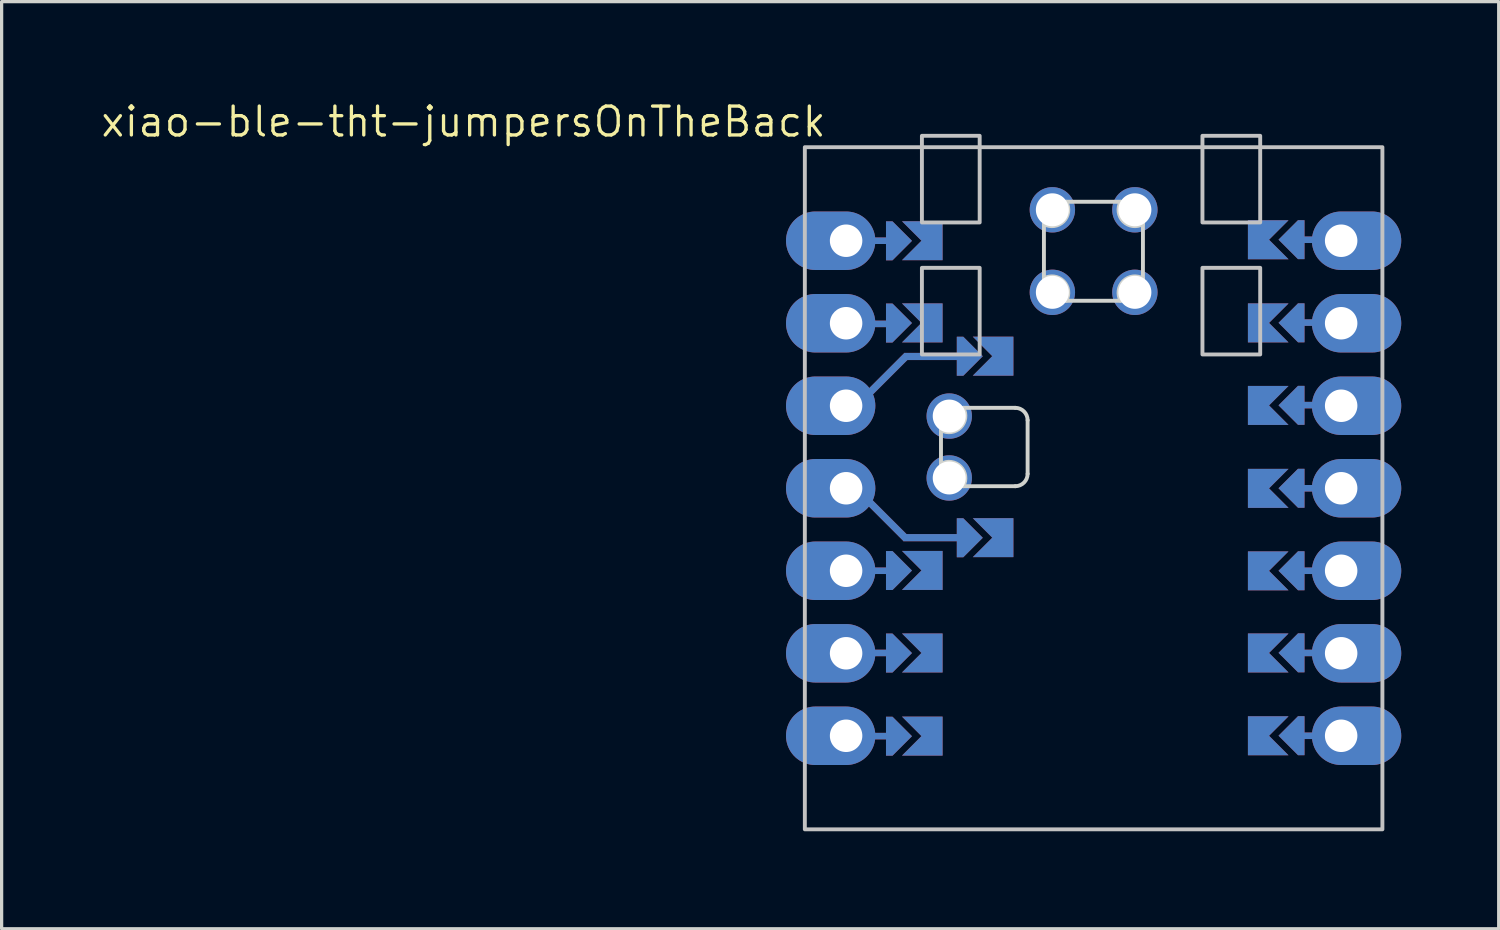
<source format=kicad_pcb>
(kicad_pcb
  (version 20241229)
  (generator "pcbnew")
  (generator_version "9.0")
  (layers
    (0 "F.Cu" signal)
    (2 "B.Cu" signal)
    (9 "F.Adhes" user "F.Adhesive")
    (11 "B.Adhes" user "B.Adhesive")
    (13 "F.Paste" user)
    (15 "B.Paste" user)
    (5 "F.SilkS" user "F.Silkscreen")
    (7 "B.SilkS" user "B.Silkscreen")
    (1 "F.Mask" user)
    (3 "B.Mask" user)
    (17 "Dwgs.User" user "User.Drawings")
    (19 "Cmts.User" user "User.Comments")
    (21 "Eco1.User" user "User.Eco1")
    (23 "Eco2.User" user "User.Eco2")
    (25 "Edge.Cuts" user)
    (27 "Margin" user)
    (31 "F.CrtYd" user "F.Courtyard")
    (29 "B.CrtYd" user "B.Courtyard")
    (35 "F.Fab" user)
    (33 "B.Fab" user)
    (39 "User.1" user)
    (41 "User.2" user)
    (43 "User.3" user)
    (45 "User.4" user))
  (footprint "xiao-ble-tht-jumpersOnTheBack"
    (layer "F.Cu")
    (at 30.617 11.981)
    (property "Reference" "xiao-ble-tht-jumpersOnTheBack" (at -19.399 -11.283 0) (layer "F.SilkS") (effects (font (size 0.889 0.889) (thickness 0.102))))
    (attr smd)
    (fp_rect (start -8.89 10.5) (end 8.89 -10.5) (stroke (width 0.12) (type solid)) (fill no) (layer "Dwgs.User"))
    (fp_rect (start -5.286 -6.786) (end -3.508 -4.119) (stroke (width 0.12) (type solid)) (fill no) (layer "Dwgs.User"))
    (fp_rect (start -3.508 -8.183) (end -5.286 -10.85) (stroke (width 0.12) (type solid)) (fill no) (layer "Dwgs.User"))
    (fp_rect (start 3.35 -10.85) (end 5.128 -8.183) (stroke (width 0.12) (type solid)) (fill no) (layer "Dwgs.User"))
    (fp_rect (start 3.35 -6.786) (end 5.128 -4.119) (stroke (width 0.12) (type solid)) (fill no) (layer "Dwgs.User"))
    (fp_line (start -4.699 -0.749) (end -4.699 -1.79) (stroke (width 0.12) (type solid)) (layer "Edge.Cuts"))
    (fp_line (start -4.013 -2.476) (end -2.413 -2.476) (stroke (width 0.12) (type solid)) (layer "Edge.Cuts"))
    (fp_line (start -2.413 -0.063) (end -4.013 -0.063) (stroke (width 0.12) (type solid)) (layer "Edge.Cuts"))
    (fp_line (start -2.032 -2.095) (end -2.032 -0.444) (stroke (width 0.12) (type solid)) (layer "Edge.Cuts"))
    (fp_line (start -1.53 -6.458) (end -1.53 -8.134) (stroke (width 0.12) (type solid)) (layer "Edge.Cuts"))
    (fp_line (start -0.844 -8.82) (end 0.832 -8.82) (stroke (width 0.12) (type solid)) (layer "Edge.Cuts"))
    (fp_line (start -0.844 -5.772) (end 0.832 -5.772) (stroke (width 0.12) (type solid)) (layer "Edge.Cuts"))
    (fp_line (start 1.518 -6.458) (end 1.518 -8.134) (stroke (width 0.12) (type solid)) (layer "Edge.Cuts"))
    (fp_arc (start -4.699 -0.7488) (mid -4.095391 -0.666609) (end -4.0132 -0.063) (stroke (width 0.12) (type solid)) (layer "Edge.Cuts"))
    (fp_arc (start -4.0132 -2.476) (mid -4.095391 -1.872391) (end -4.699 -1.7902) (stroke (width 0.12) (type solid)) (layer "Edge.Cuts"))
    (fp_arc (start -2.413 -2.476) (mid -2.143591 -2.364409) (end -2.032 -2.095) (stroke (width 0.12) (type solid)) (layer "Edge.Cuts"))
    (fp_arc (start -2.032 -0.444) (mid -2.143592 -0.174592) (end -2.413 -0.063) (stroke (width 0.12) (type solid)) (layer "Edge.Cuts"))
    (fp_arc (start -1.53025 -6.45755) (mid -0.926641 -6.375359) (end -0.84445 -5.77175) (stroke (width 0.12) (type solid)) (layer "Edge.Cuts"))
    (fp_arc (start -0.84445 -8.81975) (mid -0.926641 -8.216141) (end -1.53025 -8.13395) (stroke (width 0.12) (type solid)) (layer "Edge.Cuts"))
    (fp_arc (start 0.83195 -5.77175) (mid 0.914141 -6.375359) (end 1.51775 -6.45755) (stroke (width 0.12) (type solid)) (layer "Edge.Cuts"))
    (fp_arc (start 1.51775 -8.13395) (mid 0.914143 -8.216143) (end 0.83195 -8.81975) (stroke (width 0.12) (type solid)) (layer "Edge.Cuts"))
    (pad "" thru_hole oval (at -7.62 -7.62) (size 2.75 1.8) (drill 1 (offset -0.475 0)) (layers "*.Cu" "*.Mask"))
    (pad "" thru_hole oval (at -7.62 -5.08) (size 2.75 1.8) (drill 1 (offset -0.475 0)) (layers "*.Cu" "*.Mask"))
    (pad "" thru_hole oval (at -7.62 -2.54) (size 2.75 1.8) (drill 1 (offset -0.475 0)) (layers "*.Cu" "*.Mask"))
    (pad "" thru_hole oval (at -7.62 0) (size 2.75 1.8) (drill 1 (offset -0.475 0)) (layers "*.Cu" "*.Mask"))
    (pad "" thru_hole oval (at -7.62 2.54) (size 2.75 1.8) (drill 1 (offset -0.475 0)) (layers "*.Cu" "*.Mask"))
    (pad "" thru_hole oval (at -7.62 5.08) (size 2.75 1.8) (drill 1 (offset -0.475 0)) (layers "*.Cu" "*.Mask"))
    (pad "" thru_hole oval (at -7.62 7.62) (size 2.75 1.8) (drill 1 (offset -0.475 0)) (layers "*.Cu" "*.Mask"))
    (pad "" smd rect (at -6.69 -7.62) (size 1 0.2) (layers "F.Cu"))
    (pad "" smd rect (at -6.69 -7.62) (size 1 0.2) (layers "B.Cu"))
    (pad "" smd rect (at -6.69 -5.06) (size 1 0.2) (layers "F.Cu"))
    (pad "" smd rect (at -6.69 -5.06) (size 1 0.2) (layers "B.Cu"))
    (pad "" smd rect (at -6.69 2.54) (size 1 0.2) (layers "F.Cu"))
    (pad "" smd rect (at -6.69 2.54) (size 1 0.2) (layers "B.Cu"))
    (pad "" smd rect (at -6.69 5.07) (size 1 0.2) (layers "F.Cu"))
    (pad "" smd rect (at -6.69 5.07) (size 1 0.2) (layers "B.Cu"))
    (pad "" smd rect (at -6.69 7.63) (size 1 0.2) (layers "F.Cu"))
    (pad "" smd rect (at -6.69 7.63) (size 1 0.2) (layers "B.Cu"))
    (pad "" smd rect (at -6.405 0.921 315) (size 1.79 0.22) (layers "F.Cu"))
    (pad "" smd rect (at -6.405 0.921 315) (size 1.79 0.22) (layers "B.Cu"))
    (pad "" smd rect (at -6.38 -3.457 225) (size 1.79 0.22) (layers "F.Cu"))
    (pad "" smd rect (at -6.38 -3.457 225) (size 1.79 0.22) (layers "B.Cu"))
    (pad "" smd custom (at -5.992 -7.617 90) (size 0.1 0.1) (layers "F.Cu" "F.Mask") (options (anchor rect)) (primitives (gr_poly (pts (xy 0.6 -0.2) (xy 0 0.4) (xy -0.6 -0.2) (xy -0.6 -0.4) (xy 0.6 -0.4)) (width 0) (fill yes))))
    (pad "" smd custom (at -5.992 -7.617 90) (size 0.1 0.1) (layers "B.Cu" "B.Mask") (options (anchor rect)) (primitives (gr_poly (pts (xy 0.6 -0.2) (xy 0 0.4) (xy -0.6 -0.2) (xy -0.6 -0.4) (xy 0.6 -0.4)) (width 0) (fill yes))))
    (pad "" smd custom (at -5.992 -5.087 90) (size 0.1 0.1) (layers "F.Cu" "F.Mask") (options (anchor rect)) (primitives (gr_poly (pts (xy 0.6 -0.2) (xy 0 0.4) (xy -0.6 -0.2) (xy -0.6 -0.4) (xy 0.6 -0.4)) (width 0) (fill yes))))
    (pad "" smd custom (at -5.992 -5.087 90) (size 0.1 0.1) (layers "B.Cu" "B.Mask") (options (anchor rect)) (primitives (gr_poly (pts (xy 0.6 -0.2) (xy 0 0.4) (xy -0.6 -0.2) (xy -0.6 -0.4) (xy 0.6 -0.4)) (width 0) (fill yes))))
    (pad "" smd custom (at -5.992 2.533 90) (size 0.1 0.1) (layers "F.Cu" "F.Mask") (options (anchor rect)) (primitives (gr_poly (pts (xy 0.6 -0.2) (xy 0 0.4) (xy -0.6 -0.2) (xy -0.6 -0.4) (xy 0.6 -0.4)) (width 0) (fill yes))))
    (pad "" smd custom (at -5.992 2.533 90) (size 0.1 0.1) (layers "B.Cu" "B.Mask") (options (anchor rect)) (primitives (gr_poly (pts (xy 0.6 -0.2) (xy 0 0.4) (xy -0.6 -0.2) (xy -0.6 -0.4) (xy 0.6 -0.4)) (width 0) (fill yes))))
    (pad "" smd custom (at -5.992 5.073 90) (size 0.1 0.1) (layers "F.Cu" "F.Mask") (options (anchor rect)) (primitives (gr_poly (pts (xy 0.6 -0.2) (xy 0 0.4) (xy -0.6 -0.2) (xy -0.6 -0.4) (xy 0.6 -0.4)) (width 0) (fill yes))))
    (pad "" smd custom (at -5.992 5.073 90) (size 0.1 0.1) (layers "B.Cu" "B.Mask") (options (anchor rect)) (primitives (gr_poly (pts (xy 0.6 -0.2) (xy 0 0.4) (xy -0.6 -0.2) (xy -0.6 -0.4) (xy 0.6 -0.4)) (width 0) (fill yes))))
    (pad "" smd custom (at -5.992 7.633 90) (size 0.1 0.1) (layers "F.Cu" "F.Mask") (options (anchor rect)) (primitives (gr_poly (pts (xy 0.6 -0.2) (xy 0 0.4) (xy -0.6 -0.2) (xy -0.6 -0.4) (xy 0.6 -0.4)) (width 0) (fill yes))))
    (pad "" smd custom (at -5.992 7.633 90) (size 0.1 0.1) (layers "B.Cu" "B.Mask") (options (anchor rect)) (primitives (gr_poly (pts (xy 0.6 -0.2) (xy 0 0.4) (xy -0.6 -0.2) (xy -0.6 -0.4) (xy 0.6 -0.4)) (width 0) (fill yes))))
    (pad "" smd rect (at -4.93 1.521 180) (size 1.85 0.22) (layers "F.Cu"))
    (pad "" smd rect (at -4.93 1.521 180) (size 1.85 0.22) (layers "B.Cu"))
    (pad "" smd rect (at -4.905 -4.057) (size 1.85 0.22) (layers "F.Cu"))
    (pad "" smd rect (at -4.905 -4.057) (size 1.85 0.22) (layers "B.Cu"))
    (pad "" smd custom (at -3.812 -4.064 90) (size 0.1 0.1) (layers "F.Cu" "F.Mask") (options (anchor rect)) (primitives (gr_poly (pts (xy 0.6 -0.2) (xy 0 0.4) (xy -0.6 -0.2) (xy -0.6 -0.4) (xy 0.6 -0.4)) (width 0) (fill yes))))
    (pad "" smd custom (at -3.812 -4.064 90) (size 0.1 0.1) (layers "B.Cu" "B.Mask") (options (anchor rect)) (primitives (gr_poly (pts (xy 0.6 -0.2) (xy 0 0.4) (xy -0.6 -0.2) (xy -0.6 -0.4) (xy 0.6 -0.4)) (width 0) (fill yes))))
    (pad "" smd custom (at -3.812 1.524 90) (size 0.1 0.1) (layers "F.Cu" "F.Mask") (options (anchor rect)) (primitives (gr_poly (pts (xy 0.6 -0.2) (xy 0 0.4) (xy -0.6 -0.2) (xy -0.6 -0.4) (xy 0.6 -0.4)) (width 0) (fill yes))))
    (pad "" smd custom (at -3.812 1.524 90) (size 0.1 0.1) (layers "B.Cu" "B.Mask") (options (anchor rect)) (primitives (gr_poly (pts (xy 0.6 -0.2) (xy 0 0.4) (xy -0.6 -0.2) (xy -0.6 -0.4) (xy 0.6 -0.4)) (width 0) (fill yes))))
    (pad "" smd custom (at 6.092 -7.653 270) (size 0.1 0.1) (layers "F.Cu" "F.Mask") (options (anchor rect)) (primitives (gr_poly (pts (xy 0.6 -0.2) (xy 0 0.4) (xy -0.6 -0.2) (xy -0.6 -0.4) (xy 0.6 -0.4)) (width 0) (fill yes))))
    (pad "" smd custom (at 6.092 -7.653 270) (size 0.1 0.1) (layers "B.Cu" "B.Mask") (options (anchor rect)) (primitives (gr_poly (pts (xy 0.6 -0.2) (xy 0 0.4) (xy -0.6 -0.2) (xy -0.6 -0.4) (xy 0.6 -0.4)) (width 0) (fill yes))))
    (pad "" smd custom (at 6.092 -5.093 270) (size 0.1 0.1) (layers "F.Cu" "F.Mask") (options (anchor rect)) (primitives (gr_poly (pts (xy 0.6 -0.2) (xy 0 0.4) (xy -0.6 -0.2) (xy -0.6 -0.4) (xy 0.6 -0.4)) (width 0) (fill yes))))
    (pad "" smd custom (at 6.092 -5.093 270) (size 0.1 0.1) (layers "B.Cu" "B.Mask") (options (anchor rect)) (primitives (gr_poly (pts (xy 0.6 -0.2) (xy 0 0.4) (xy -0.6 -0.2) (xy -0.6 -0.4) (xy 0.6 -0.4)) (width 0) (fill yes))))
    (pad "" smd custom (at 6.092 -2.553 270) (size 0.1 0.1) (layers "F.Cu" "F.Mask") (options (anchor rect)) (primitives (gr_poly (pts (xy 0.6 -0.2) (xy 0 0.4) (xy -0.6 -0.2) (xy -0.6 -0.4) (xy 0.6 -0.4)) (width 0) (fill yes))))
    (pad "" smd custom (at 6.092 -2.553 270) (size 0.1 0.1) (layers "B.Cu" "B.Mask") (options (anchor rect)) (primitives (gr_poly (pts (xy 0.6 -0.2) (xy 0 0.4) (xy -0.6 -0.2) (xy -0.6 -0.4) (xy 0.6 -0.4)) (width 0) (fill yes))))
    (pad "" smd custom (at 6.092 0 270) (size 0.1 0.1) (layers "F.Cu" "F.Mask") (options (anchor rect)) (primitives (gr_poly (pts (xy 0.6 -0.2) (xy 0 0.4) (xy -0.6 -0.2) (xy -0.6 -0.4) (xy 0.6 -0.4)) (width 0) (fill yes))))
    (pad "" smd custom (at 6.092 0 270) (size 0.1 0.1) (layers "B.Cu" "B.Mask") (options (anchor rect)) (primitives (gr_poly (pts (xy 0.6 -0.2) (xy 0 0.4) (xy -0.6 -0.2) (xy -0.6 -0.4) (xy 0.6 -0.4)) (width 0) (fill yes))))
    (pad "" smd custom (at 6.092 2.54 270) (size 0.1 0.1) (layers "F.Cu" "F.Mask") (options (anchor rect)) (primitives (gr_poly (pts (xy 0.6 -0.2) (xy 0 0.4) (xy -0.6 -0.2) (xy -0.6 -0.4) (xy 0.6 -0.4)) (width 0) (fill yes))))
    (pad "" smd custom (at 6.092 2.54 270) (size 0.1 0.1) (layers "B.Cu" "B.Mask") (options (anchor rect)) (primitives (gr_poly (pts (xy 0.6 -0.2) (xy 0 0.4) (xy -0.6 -0.2) (xy -0.6 -0.4) (xy 0.6 -0.4)) (width 0) (fill yes))))
    (pad "" smd custom (at 6.092 5.067 270) (size 0.1 0.1) (layers "F.Cu" "F.Mask") (options (anchor rect)) (primitives (gr_poly (pts (xy 0.6 -0.2) (xy 0 0.4) (xy -0.6 -0.2) (xy -0.6 -0.4) (xy 0.6 -0.4)) (width 0) (fill yes))))
    (pad "" smd custom (at 6.092 5.067 270) (size 0.1 0.1) (layers "B.Cu" "B.Mask") (options (anchor rect)) (primitives (gr_poly (pts (xy 0.6 -0.2) (xy 0 0.4) (xy -0.6 -0.2) (xy -0.6 -0.4) (xy 0.6 -0.4)) (width 0) (fill yes))))
    (pad "" smd custom (at 6.092 7.617 270) (size 0.1 0.1) (layers "F.Cu" "F.Mask") (options (anchor rect)) (primitives (gr_poly (pts (xy 0.6 -0.2) (xy 0 0.4) (xy -0.6 -0.2) (xy -0.6 -0.4) (xy 0.6 -0.4)) (width 0) (fill yes))))
    (pad "" smd custom (at 6.092 7.617 270) (size 0.1 0.1) (layers "B.Cu" "B.Mask") (options (anchor rect)) (primitives (gr_poly (pts (xy 0.6 -0.2) (xy 0 0.4) (xy -0.6 -0.2) (xy -0.6 -0.4) (xy 0.6 -0.4)) (width 0) (fill yes))))
    (pad "" smd rect (at 6.68 -7.65) (size 1 0.2) (layers "F.Cu"))
    (pad "" smd rect (at 6.68 -7.65) (size 1 0.2) (layers "B.Cu"))
    (pad "" smd rect (at 6.68 -5.1) (size 1 0.2) (layers "F.Cu"))
    (pad "" smd rect (at 6.68 -5.1) (size 1 0.2) (layers "B.Cu"))
    (pad "" smd rect (at 6.68 -2.56) (size 1 0.2) (layers "F.Cu"))
    (pad "" smd rect (at 6.68 -2.56) (size 1 0.2) (layers "B.Cu"))
    (pad "" smd rect (at 6.68 0) (size 1 0.2) (layers "F.Cu"))
    (pad "" smd rect (at 6.68 0) (size 1 0.2) (layers "B.Cu"))
    (pad "" smd rect (at 6.68 2.54) (size 1 0.2) (layers "F.Cu"))
    (pad "" smd rect (at 6.68 2.54) (size 1 0.2) (layers "B.Cu"))
    (pad "" smd rect (at 6.68 5.07) (size 1 0.2) (layers "F.Cu"))
    (pad "" smd rect (at 6.68 5.07) (size 1 0.2) (layers "B.Cu"))
    (pad "" smd rect (at 6.68 7.62) (size 1 0.2) (layers "F.Cu"))
    (pad "" smd rect (at 6.68 7.62) (size 1 0.2) (layers "B.Cu"))
    (pad "" thru_hole oval (at 7.62 -7.62 180) (size 2.75 1.8) (drill 1 (offset -0.475 0)) (layers "*.Cu" "*.Mask"))
    (pad "" thru_hole oval (at 7.62 -5.08 180) (size 2.75 1.8) (drill 1 (offset -0.475 0)) (layers "*.Cu" "*.Mask"))
    (pad "" thru_hole oval (at 7.62 -2.54 180) (size 2.75 1.8) (drill 1 (offset -0.475 0)) (layers "*.Cu" "*.Mask"))
    (pad "" thru_hole oval (at 7.62 0 180) (size 2.75 1.8) (drill 1 (offset -0.475 0)) (layers "*.Cu" "*.Mask"))
    (pad "" thru_hole oval (at 7.62 2.54 180) (size 2.75 1.8) (drill 1 (offset -0.475 0)) (layers "*.Cu" "*.Mask"))
    (pad "" thru_hole oval (at 7.62 5.08 180) (size 2.75 1.8) (drill 1 (offset -0.475 0)) (layers "*.Cu" "*.Mask"))
    (pad "" thru_hole oval (at 7.62 7.62 180) (size 2.75 1.8) (drill 1 (offset -0.475 0)) (layers "*.Cu" "*.Mask"))
    (pad "1" smd custom (at -4.9 -7.62 90) (size 1.2 0.5) (layers "B.Cu" "B.Mask") (options (anchor rect)) (primitives (gr_poly (pts (xy 0.6 0) (xy -0.6 0) (xy -0.6 -1) (xy 0 -0.4) (xy 0.6 -1)) (width 0) (fill yes))))
    (pad "1" smd custom (at 5 -7.65 270) (size 1.2 0.5) (layers "F.Cu" "F.Mask") (options (anchor rect)) (primitives (gr_poly (pts (xy 0.6 0) (xy -0.6 0) (xy -0.6 -1) (xy 0 -0.4) (xy 0.6 -1)) (width 0) (fill yes))))
    (pad "2" smd custom (at -4.9 -5.09 90) (size 1.2 0.5) (layers "B.Cu" "B.Mask") (options (anchor rect)) (primitives (gr_poly (pts (xy 0.6 0) (xy -0.6 0) (xy -0.6 -1) (xy 0 -0.4) (xy 0.6 -1)) (width 0) (fill yes))))
    (pad "2" smd custom (at 5 -5.09 270) (size 1.2 0.5) (layers "F.Cu" "F.Mask") (options (anchor rect)) (primitives (gr_poly (pts (xy 0.6 0) (xy -0.6 0) (xy -0.6 -1) (xy 0 -0.4) (xy 0.6 -1)) (width 0) (fill yes))))
    (pad "3" smd custom (at -2.72 -4.067 90) (size 1.2 0.5) (layers "B.Cu" "B.Mask") (options (anchor rect)) (primitives (gr_poly (pts (xy 0.6 0) (xy -0.6 0) (xy -0.6 -1) (xy 0 -0.4) (xy 0.6 -1)) (width 0) (fill yes))))
    (pad "3" smd custom (at 5 -2.55 270) (size 1.2 0.5) (layers "F.Cu" "F.Mask") (options (anchor rect)) (primitives (gr_poly (pts (xy 0.6 0) (xy -0.6 0) (xy -0.6 -1) (xy 0 -0.4) (xy 0.6 -1)) (width 0) (fill yes))))
    (pad "4" smd custom (at -2.72 1.521 90) (size 1.2 0.5) (layers "B.Cu" "B.Mask") (options (anchor rect)) (primitives (gr_poly (pts (xy 0.6 0) (xy -0.6 0) (xy -0.6 -1) (xy 0 -0.4) (xy 0.6 -1)) (width 0) (fill yes))))
    (pad "4" smd custom (at 5 0.003 270) (size 1.2 0.5) (layers "F.Cu" "F.Mask") (options (anchor rect)) (primitives (gr_poly (pts (xy 0.6 0) (xy -0.6 0) (xy -0.6 -1) (xy 0 -0.4) (xy 0.6 -1)) (width 0) (fill yes))))
    (pad "5" smd custom (at -4.9 2.53 90) (size 1.2 0.5) (layers "B.Cu" "B.Mask") (options (anchor rect)) (primitives (gr_poly (pts (xy 0.6 0) (xy -0.6 0) (xy -0.6 -1) (xy 0 -0.4) (xy 0.6 -1)) (width 0) (fill yes))))
    (pad "5" smd custom (at 5 2.543 270) (size 1.2 0.5) (layers "F.Cu" "F.Mask") (options (anchor rect)) (primitives (gr_poly (pts (xy 0.6 0) (xy -0.6 0) (xy -0.6 -1) (xy 0 -0.4) (xy 0.6 -1)) (width 0) (fill yes))))
    (pad "6" smd custom (at -4.9 5.07 90) (size 1.2 0.5) (layers "B.Cu" "B.Mask") (options (anchor rect)) (primitives (gr_poly (pts (xy 0.6 0) (xy -0.6 0) (xy -0.6 -1) (xy 0 -0.4) (xy 0.6 -1)) (width 0) (fill yes))))
    (pad "6" smd custom (at 5 5.07 270) (size 1.2 0.5) (layers "F.Cu" "F.Mask") (options (anchor rect)) (primitives (gr_poly (pts (xy 0.6 0) (xy -0.6 0) (xy -0.6 -1) (xy 0 -0.4) (xy 0.6 -1)) (width 0) (fill yes))))
    (pad "7" smd custom (at -4.9 7.63 90) (size 1.2 0.5) (layers "B.Cu" "B.Mask") (options (anchor rect)) (primitives (gr_poly (pts (xy 0.6 0) (xy -0.6 0) (xy -0.6 -1) (xy 0 -0.4) (xy 0.6 -1)) (width 0) (fill yes))))
    (pad "7" smd custom (at 5 7.62 270) (size 1.2 0.5) (layers "F.Cu" "F.Mask") (options (anchor rect)) (primitives (gr_poly (pts (xy 0.6 0) (xy -0.6 0) (xy -0.6 -1) (xy 0 -0.4) (xy 0.6 -1)) (width 0) (fill yes))))
    (pad "8" smd custom (at -4.9 7.63 90) (size 1.2 0.5) (layers "F.Cu" "F.Mask") (options (anchor rect)) (primitives (gr_poly (pts (xy 0.6 0) (xy -0.6 0) (xy -0.6 -1) (xy 0 -0.4) (xy 0.6 -1)) (width 0) (fill yes))))
    (pad "8" smd custom (at 5 7.62 270) (size 1.2 0.5) (layers "B.Cu" "B.Mask") (options (anchor rect)) (primitives (gr_poly (pts (xy 0.6 0) (xy -0.6 0) (xy -0.6 -1) (xy 0 -0.4) (xy 0.6 -1)) (width 0) (fill yes))))
    (pad "9" smd custom (at -4.9 5.07 90) (size 1.2 0.5) (layers "F.Cu" "F.Mask") (options (anchor rect)) (primitives (gr_poly (pts (xy 0.6 0) (xy -0.6 0) (xy -0.6 -1) (xy 0 -0.4) (xy 0.6 -1)) (width 0) (fill yes))))
    (pad "9" smd custom (at 5 5.07 270) (size 1.2 0.5) (layers "B.Cu" "B.Mask") (options (anchor rect)) (primitives (gr_poly (pts (xy 0.6 0) (xy -0.6 0) (xy -0.6 -1) (xy 0 -0.4) (xy 0.6 -1)) (width 0) (fill yes))))
    (pad "10" smd custom (at -4.9 2.53 90) (size 1.2 0.5) (layers "F.Cu" "F.Mask") (options (anchor rect)) (primitives (gr_poly (pts (xy 0.6 0) (xy -0.6 0) (xy -0.6 -1) (xy 0 -0.4) (xy 0.6 -1)) (width 0) (fill yes))))
    (pad "10" smd custom (at 5 2.543 270) (size 1.2 0.5) (layers "B.Cu" "B.Mask") (options (anchor rect)) (primitives (gr_poly (pts (xy 0.6 0) (xy -0.6 0) (xy -0.6 -1) (xy 0 -0.4) (xy 0.6 -1)) (width 0) (fill yes))))
    (pad "11" smd custom (at -2.72 1.521 90) (size 1.2 0.5) (layers "F.Cu" "F.Mask") (options (anchor rect)) (primitives (gr_poly (pts (xy 0.6 0) (xy -0.6 0) (xy -0.6 -1) (xy 0 -0.4) (xy 0.6 -1)) (width 0) (fill yes))))
    (pad "11" smd custom (at 5 0.003 270) (size 1.2 0.5) (layers "B.Cu" "B.Mask") (options (anchor rect)) (primitives (gr_poly (pts (xy 0.6 0) (xy -0.6 0) (xy -0.6 -1) (xy 0 -0.4) (xy 0.6 -1)) (width 0) (fill yes))))
    (pad "12" smd custom (at -2.72 -4.067 90) (size 1.2 0.5) (layers "F.Cu" "F.Mask") (options (anchor rect)) (primitives (gr_poly (pts (xy 0.6 0) (xy -0.6 0) (xy -0.6 -1) (xy 0 -0.4) (xy 0.6 -1)) (width 0) (fill yes))))
    (pad "12" smd custom (at 5 -2.55 270) (size 1.2 0.5) (layers "B.Cu" "B.Mask") (options (anchor rect)) (primitives (gr_poly (pts (xy 0.6 0) (xy -0.6 0) (xy -0.6 -1) (xy 0 -0.4) (xy 0.6 -1)) (width 0) (fill yes))))
    (pad "13" smd custom (at -4.9 -5.09 90) (size 1.2 0.5) (layers "F.Cu" "F.Mask") (options (anchor rect)) (primitives (gr_poly (pts (xy 0.6 0) (xy -0.6 0) (xy -0.6 -1) (xy 0 -0.4) (xy 0.6 -1)) (width 0) (fill yes))))
    (pad "13" smd custom (at 5 -5.09 270) (size 1.2 0.5) (layers "B.Cu" "B.Mask") (options (anchor rect)) (primitives (gr_poly (pts (xy 0.6 0) (xy -0.6 0) (xy -0.6 -1) (xy 0 -0.4) (xy 0.6 -1)) (width 0) (fill yes))))
    (pad "14" smd custom (at -4.9 -7.62 90) (size 1.2 0.5) (layers "F.Cu" "F.Mask") (options (anchor rect)) (primitives (gr_poly (pts (xy 0.6 0) (xy -0.6 0) (xy -0.6 -1) (xy 0 -0.4) (xy 0.6 -1)) (width 0) (fill yes))))
    (pad "14" smd custom (at 5 -7.65 270) (size 1.2 0.5) (layers "B.Cu" "B.Mask") (options (anchor rect)) (primitives (gr_poly (pts (xy 0.6 0) (xy -0.6 0) (xy -0.6 -1) (xy 0 -0.4) (xy 0.6 -1)) (width 0) (fill yes))))
    (pad "15" thru_hole circle (at -1.27 -8.572 90) (size 1.397 1.397) (drill 1.016) (layers "*.Cu" "*.Mask"))
    (pad "16" thru_hole circle (at 1.27 -8.572 90) (size 1.397 1.397) (drill 1.016) (layers "*.Cu" "*.Mask"))
    (pad "17" thru_hole circle (at -1.27 -6.032 90) (size 1.397 1.397) (drill 1.016) (layers "*.Cu" "*.Mask"))
    (pad "18" thru_hole circle (at 1.27 -6.032 90) (size 1.397 1.397) (drill 1.016) (layers "*.Cu" "*.Mask"))
    (pad "19" thru_hole circle (at -4.445 -0.317 180) (size 1.397 1.397) (drill 1.016) (layers "*.Cu" "*.Mask"))
    (pad "20" thru_hole circle (at -4.445 -2.222 180) (size 1.397 1.397) (drill 1.016) (layers "*.Cu" "*.Mask")))
  (gr_rect
    (start -3 -3)
    (end 43.087 25.541)
    (stroke (width 0.1) (type default))
    (fill no)
    (layer "Edge.Cuts")))
</source>
